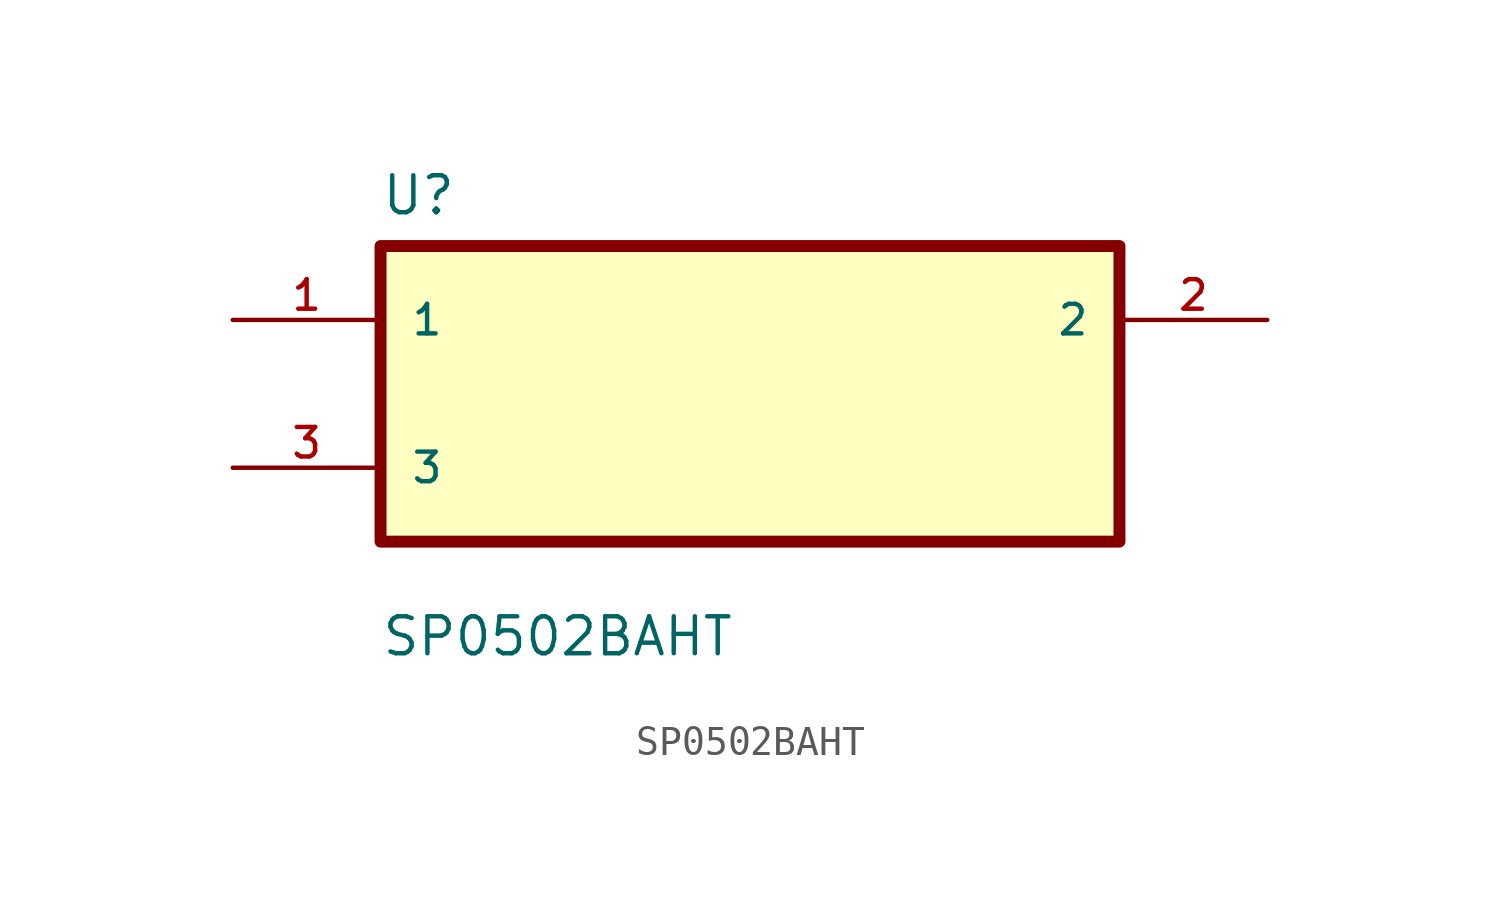
<source format=kicad_sym>
(kicad_symbol_lib
  (version 20211014)
  (generator kicad_symbol_editor)
  (symbol "SP0502BAHT"
    (pin_names
      (offset 1.016))
    (property "Reference" "U"
      (at -12.7 6.08 0.0)
      (effects (font (size 1.27 1.27)) (justify bottom left)))
    (property "Value" "SP0502BAHT"
      (at -12.7 -9.08 0.0)
      (effects (font (size 1.27 1.27)) (justify bottom left)))
    (symbol "SP0502BAHT_0_0"
      (rectangle (start -12.7 -5.08) (end 12.7 5.08) (stroke (width 0.41)) (fill (type background)))
      (pin input line (at -17.78 2.54 0) (length 5.08) (name "1" (effects (font (size 1.016 1.016)))) (number "1" (effects (font (size 1.016 1.016)))))
      (pin bidirectional line (at -17.78 -2.54 0) (length 5.08) (name "3" (effects (font (size 1.016 1.016)))) (number "3" (effects (font (size 1.016 1.016)))))
      (pin output line (at 17.78 2.54 180.0) (length 5.08) (name "2" (effects (font (size 1.016 1.016)))) (number "2" (effects (font (size 1.016 1.016))))))))
</source>
